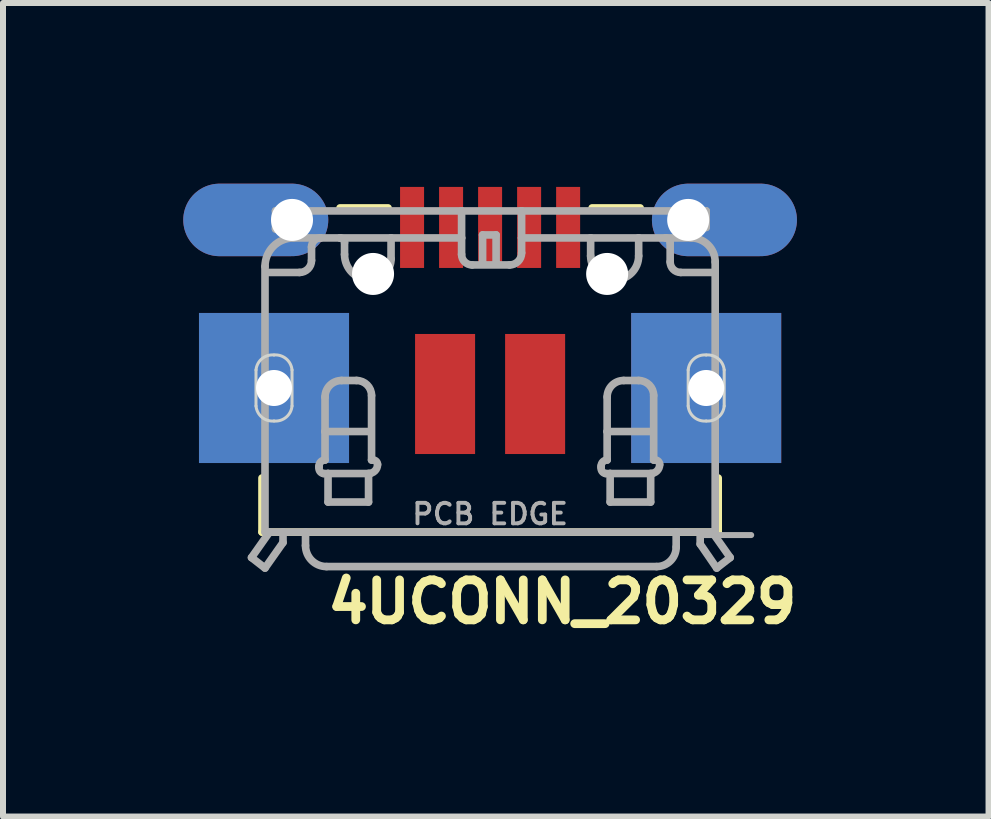
<source format=kicad_pcb>
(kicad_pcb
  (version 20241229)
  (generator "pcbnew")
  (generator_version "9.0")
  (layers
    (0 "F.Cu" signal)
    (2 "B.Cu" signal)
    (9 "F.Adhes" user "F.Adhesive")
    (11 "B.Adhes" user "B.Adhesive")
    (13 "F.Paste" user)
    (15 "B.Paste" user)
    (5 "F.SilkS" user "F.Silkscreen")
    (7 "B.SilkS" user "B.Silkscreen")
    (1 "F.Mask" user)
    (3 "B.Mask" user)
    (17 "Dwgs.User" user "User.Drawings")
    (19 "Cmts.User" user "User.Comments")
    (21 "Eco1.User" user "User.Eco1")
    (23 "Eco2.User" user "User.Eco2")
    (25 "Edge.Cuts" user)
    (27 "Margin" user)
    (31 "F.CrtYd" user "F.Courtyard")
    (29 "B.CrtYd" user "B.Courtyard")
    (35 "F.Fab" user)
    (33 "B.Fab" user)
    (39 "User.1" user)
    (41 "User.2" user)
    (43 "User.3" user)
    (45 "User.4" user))
  (footprint "4UCONN_20329"
    (layer "F.Cu")
    (at 5.115 1.514)
    (property "Reference" "4UCONN_20329" (at -2.778 5.852 0) (layer "F.SilkS") (effects (font (size 0.666 0.666) (thickness 0.146)) (justify left bottom)))
    (fp_poly (pts (xy -1.55 -0.05) (xy -1.05 -0.05) (xy -1.05 -1.5) (xy -1.55 -1.5)) (stroke (width 0) (type default)) (fill yes) (layer "F.Mask"))
    (fp_poly (pts (xy -0.9 -0.05) (xy -0.4 -0.05) (xy -0.4 -1.5) (xy -0.9 -1.5)) (stroke (width 0) (type default)) (fill yes) (layer "F.Mask"))
    (fp_poly (pts (xy -0.25 -0.05) (xy 0.25 -0.05) (xy 0.25 -1.5) (xy -0.25 -1.5)) (stroke (width 0) (type default)) (fill yes) (layer "F.Mask"))
    (fp_poly (pts (xy 0.4 -0.05) (xy 0.9 -0.05) (xy 0.9 -1.5) (xy 0.4 -1.5)) (stroke (width 0) (type default)) (fill yes) (layer "F.Mask"))
    (fp_poly (pts (xy 1.05 -0.05) (xy 1.55 -0.05) (xy 1.55 -1.5) (xy 1.05 -1.5)) (stroke (width 0) (type default)) (fill yes) (layer "F.Mask"))
    (fp_line (start -3.8 3.4) (end -3.8 4.3) (stroke (width 0.127) (type solid)) (layer "F.SilkS"))
    (fp_line (start -3.8 4.3) (end 3.8 4.3) (stroke (width 0.127) (type solid)) (layer "F.SilkS"))
    (fp_line (start -2.5 -1.1) (end -1.7 -1.1) (stroke (width 0.127) (type solid)) (layer "F.SilkS"))
    (fp_line (start 1.7 -1.1) (end 2.5 -1.1) (stroke (width 0.127) (type solid)) (layer "F.SilkS"))
    (fp_line (start 3.8 4.3) (end 3.8 3.4) (stroke (width 0.127) (type solid)) (layer "F.SilkS"))
    (fp_poly (pts (xy -4.85 3.15) (xy -2.35 3.15) (xy -2.35 0.65) (xy -4.85 0.65)) (stroke (width 0) (type default)) (fill yes) (layer "F.Paste"))
    (fp_poly (pts (xy 2.35 3.15) (xy 4.85 3.15) (xy 4.85 0.65) (xy 2.35 0.65)) (stroke (width 0) (type default)) (fill yes) (layer "F.Paste"))
    (fp_poly (pts (xy -3.344 -1.513) (xy -3.186 -1.499) (xy -3.03 -1.442) (xy -2.893 -1.346) (xy -2.786 -1.219) (xy -2.715 -1.067) (xy -2.686 -0.9) (xy -2.715 -0.733) (xy -2.786 -0.581) (xy -2.893 -0.454) (xy -3.03 -0.358) (xy -3.186 -0.301) (xy -3.344 -0.287) (xy -3.35 -0.286) (xy -4.457 -0.286) (xy -4.767 -0.355) (xy -4.907 -0.454) (xy -5.014 -0.581) (xy -5.085 -0.733) (xy -5.115 -0.904) (xy -5.017 -1.215) (xy -4.907 -1.346) (xy -4.77 -1.442) (xy -4.614 -1.499) (xy -4.456 -1.513) (xy -4.45 -1.514) (xy -3.35 -1.514)) (stroke (width 0) (type default)) (fill yes) (layer "F.Paste"))
    (fp_poly (pts (xy 4.456 -1.513) (xy 4.614 -1.499) (xy 4.77 -1.442) (xy 4.907 -1.346) (xy 5.014 -1.219) (xy 5.085 -1.067) (xy 5.114 -0.9) (xy 5.085 -0.733) (xy 5.014 -0.581) (xy 4.907 -0.454) (xy 4.77 -0.358) (xy 4.614 -0.301) (xy 4.456 -0.287) (xy 4.45 -0.286) (xy 3.343 -0.286) (xy 3.033 -0.355) (xy 2.893 -0.454) (xy 2.786 -0.581) (xy 2.715 -0.733) (xy 2.685 -0.904) (xy 2.783 -1.215) (xy 2.893 -1.346) (xy 3.03 -1.442) (xy 3.186 -1.499) (xy 3.344 -1.513) (xy 3.35 -1.514) (xy 4.45 -1.514)) (stroke (width 0) (type default)) (fill yes) (layer "F.Paste"))
    (fp_line (start -3.9 2.2) (end -3.9 1.6) (stroke (width 0.05) (type solid)) (layer "Edge.Cuts"))
    (fp_line (start -3.3 1.6) (end -3.3 2.2) (stroke (width 0.05) (type solid)) (layer "Edge.Cuts"))
    (fp_line (start 3.3 2.2) (end 3.3 1.6) (stroke (width 0.05) (type solid)) (layer "Edge.Cuts"))
    (fp_line (start 3.9 1.6) (end 3.9 2.2) (stroke (width 0.05) (type solid)) (layer "Edge.Cuts"))
    (fp_arc (start -3.9 1.6) (mid -3.801777 1.412868) (end -3.6 1.35) (stroke (width 0.05) (type solid)) (layer "Edge.Cuts"))
    (fp_arc (start -3.6 1.35) (mid -3.398223 1.412868) (end -3.3 1.6) (stroke (width 0.05) (type solid)) (layer "Edge.Cuts"))
    (fp_arc (start -3.6 2.45) (mid -3.801777 2.387132) (end -3.9 2.2) (stroke (width 0.05) (type solid)) (layer "Edge.Cuts"))
    (fp_arc (start -3.3 2.2) (mid -3.398223 2.387132) (end -3.6 2.45) (stroke (width 0.05) (type solid)) (layer "Edge.Cuts"))
    (fp_arc (start 3.3 1.6) (mid 3.398223 1.412868) (end 3.6 1.35) (stroke (width 0.05) (type solid)) (layer "Edge.Cuts"))
    (fp_arc (start 3.6 1.35) (mid 3.801777 1.412868) (end 3.9 1.6) (stroke (width 0.05) (type solid)) (layer "Edge.Cuts"))
    (fp_arc (start 3.6 2.45) (mid 3.398223 2.387132) (end 3.3 2.2) (stroke (width 0.05) (type solid)) (layer "Edge.Cuts"))
    (fp_arc (start 3.9 2.2) (mid 3.801777 2.387132) (end 3.6 2.45) (stroke (width 0.05) (type solid)) (layer "Edge.Cuts"))
    (fp_line (start -3.975 4.725) (end -3.75 4.9) (stroke (width 0.127) (type solid)) (layer "F.Fab"))
    (fp_line (start -3.975 4.725) (end -3.675 4.3) (stroke (width 0.127) (type solid)) (layer "F.Fab"))
    (fp_line (start -3.75 -0.125) (end -3.75 4.3) (stroke (width 0.127) (type solid)) (layer "F.Fab"))
    (fp_line (start -3.75 4.3) (end -3.675 4.3) (stroke (width 0.127) (type solid)) (layer "F.Fab"))
    (fp_line (start -3.75 4.9) (end -3.45 4.475) (stroke (width 0.127) (type solid)) (layer "F.Fab"))
    (fp_line (start -3.725 -0.025) (end -3.175 -0.025) (stroke (width 0.127) (type solid)) (layer "F.Fab"))
    (fp_line (start -3.675 4.3) (end -3.45 4.3) (stroke (width 0.127) (type solid)) (layer "F.Fab"))
    (fp_line (start -3.575 -1.05) (end -0.475 -1.05) (stroke (width 0.127) (type solid)) (layer "F.Fab"))
    (fp_line (start -3.575 -0.75) (end -3.575 -1.05) (stroke (width 0.127) (type solid)) (layer "F.Fab"))
    (fp_line (start -3.45 4.3) (end -3.075 4.3) (stroke (width 0.127) (type solid)) (layer "F.Fab"))
    (fp_line (start -3.45 4.475) (end -3.45 4.3) (stroke (width 0.127) (type solid)) (layer "F.Fab"))
    (fp_line (start -3.425 -0.75) (end -3.575 -0.75) (stroke (width 0.127) (type solid)) (layer "F.Fab"))
    (fp_line (start -3.425 -0.625) (end -3.425 -0.75) (stroke (width 0.127) (type solid)) (layer "F.Fab"))
    (fp_line (start -3.075 4.3) (end -3.075 4.525) (stroke (width 0.127) (type solid)) (layer "F.Fab"))
    (fp_line (start -3.075 4.3) (end 3.1 4.3) (stroke (width 0.127) (type solid)) (layer "F.Fab"))
    (fp_line (start -2.975 -0.225) (end -2.975 -0.45) (stroke (width 0.127) (type solid)) (layer "F.Fab"))
    (fp_line (start -2.85 3.225) (end -2.85 3.2) (stroke (width 0.127) (type solid)) (layer "F.Fab"))
    (fp_line (start -2.825 -0.6) (end -3.275 -0.6) (stroke (width 0.127) (type solid)) (layer "F.Fab"))
    (fp_line (start -2.825 -0.6) (end -2.5 -0.6) (stroke (width 0.127) (type solid)) (layer "F.Fab"))
    (fp_line (start -2.75 2.625) (end -2.75 2.05) (stroke (width 0.127) (type solid)) (layer "F.Fab"))
    (fp_line (start -2.75 2.625) (end -2 2.625) (stroke (width 0.127) (type solid)) (layer "F.Fab"))
    (fp_line (start -2.75 3.1) (end -2.75 2.625) (stroke (width 0.127) (type solid)) (layer "F.Fab"))
    (fp_line (start -2.725 4.875) (end 2.775 4.875) (stroke (width 0.127) (type solid)) (layer "F.Fab"))
    (fp_line (start -2.7 3.325) (end -2.775 3.325) (stroke (width 0.127) (type solid)) (layer "F.Fab"))
    (fp_line (start -2.7 3.325) (end -2 3.325) (stroke (width 0.127) (type solid)) (layer "F.Fab"))
    (fp_line (start -2.7 3.8) (end -2.7 3.325) (stroke (width 0.127) (type solid)) (layer "F.Fab"))
    (fp_line (start -2.475 1.775) (end -2.225 1.775) (stroke (width 0.127) (type solid)) (layer "F.Fab"))
    (fp_line (start -2.425 -0.525) (end -2.425 -0.325) (stroke (width 0.127) (type solid)) (layer "F.Fab"))
    (fp_line (start -2.025 3.325) (end -2.025 3.8) (stroke (width 0.127) (type solid)) (layer "F.Fab"))
    (fp_line (start -2.025 3.8) (end -2.7 3.8) (stroke (width 0.127) (type solid)) (layer "F.Fab"))
    (fp_line (start -1.975 2.025) (end -1.975 3.1) (stroke (width 0.127) (type solid)) (layer "F.Fab"))
    (fp_line (start -1.975 3.1) (end -1.95 3.1) (stroke (width 0.127) (type solid)) (layer "F.Fab"))
    (fp_line (start -1.65 -0.6) (end -2.5 -0.6) (stroke (width 0.127) (type solid)) (layer "F.Fab"))
    (fp_line (start -1.65 -0.25) (end -1.65 -0.6) (stroke (width 0.127) (type solid)) (layer "F.Fab"))
    (fp_line (start -0.475 -1.05) (end 0.525 -1.05) (stroke (width 0.127) (type solid)) (layer "F.Fab"))
    (fp_line (start -0.475 -0.6) (end -1.65 -0.6) (stroke (width 0.127) (type solid)) (layer "F.Fab"))
    (fp_line (start -0.475 -0.6) (end -0.475 -1.05) (stroke (width 0.127) (type solid)) (layer "F.Fab"))
    (fp_line (start -0.475 -0.325) (end -0.475 -0.6) (stroke (width 0.127) (type solid)) (layer "F.Fab"))
    (fp_line (start -0.125 -0.65) (end 0.1 -0.65) (stroke (width 0.127) (type solid)) (layer "F.Fab"))
    (fp_line (start -0.125 -0.175) (end -0.125 -0.65) (stroke (width 0.127) (type solid)) (layer "F.Fab"))
    (fp_line (start 0.1 -0.65) (end 0.1 -0.175) (stroke (width 0.127) (type solid)) (layer "F.Fab"))
    (fp_line (start 0.325 -0.15) (end -0.3 -0.15) (stroke (width 0.127) (type solid)) (layer "F.Fab"))
    (fp_line (start 0.525 -1.05) (end 0.525 -0.6) (stroke (width 0.127) (type solid)) (layer "F.Fab"))
    (fp_line (start 0.525 -1.05) (end 3.6 -1.05) (stroke (width 0.127) (type solid)) (layer "F.Fab"))
    (fp_line (start 0.525 -0.6) (end 0.525 -0.35) (stroke (width 0.127) (type solid)) (layer "F.Fab"))
    (fp_line (start 1.675 -0.6) (end 0.525 -0.6) (stroke (width 0.127) (type solid)) (layer "F.Fab"))
    (fp_line (start 1.675 -0.6) (end 1.675 -0.3) (stroke (width 0.127) (type solid)) (layer "F.Fab"))
    (fp_line (start 1.85 3.225) (end 1.85 3.2) (stroke (width 0.127) (type solid)) (layer "F.Fab"))
    (fp_line (start 1.95 2.625) (end 1.95 2.05) (stroke (width 0.127) (type solid)) (layer "F.Fab"))
    (fp_line (start 1.95 2.625) (end 2.7 2.625) (stroke (width 0.127) (type solid)) (layer "F.Fab"))
    (fp_line (start 1.95 3.1) (end 1.95 2.625) (stroke (width 0.127) (type solid)) (layer "F.Fab"))
    (fp_line (start 2 3.325) (end 1.925 3.325) (stroke (width 0.127) (type solid)) (layer "F.Fab"))
    (fp_line (start 2 3.325) (end 2.7 3.325) (stroke (width 0.127) (type solid)) (layer "F.Fab"))
    (fp_line (start 2 3.8) (end 2 3.325) (stroke (width 0.127) (type solid)) (layer "F.Fab"))
    (fp_line (start 2.225 1.775) (end 2.475 1.775) (stroke (width 0.127) (type solid)) (layer "F.Fab"))
    (fp_line (start 2.475 -0.6) (end 1.675 -0.6) (stroke (width 0.127) (type solid)) (layer "F.Fab"))
    (fp_line (start 2.475 -0.6) (end 2.925 -0.6) (stroke (width 0.127) (type solid)) (layer "F.Fab"))
    (fp_line (start 2.475 -0.3) (end 2.475 -0.6) (stroke (width 0.127) (type solid)) (layer "F.Fab"))
    (fp_line (start 2.675 3.325) (end 2.675 3.8) (stroke (width 0.127) (type solid)) (layer "F.Fab"))
    (fp_line (start 2.675 3.8) (end 2 3.8) (stroke (width 0.127) (type solid)) (layer "F.Fab"))
    (fp_line (start 2.725 2.025) (end 2.725 3.1) (stroke (width 0.127) (type solid)) (layer "F.Fab"))
    (fp_line (start 2.725 3.1) (end 2.75 3.1) (stroke (width 0.127) (type solid)) (layer "F.Fab"))
    (fp_line (start 3 -0.525) (end 3 -0.2) (stroke (width 0.127) (type solid)) (layer "F.Fab"))
    (fp_line (start 3.1 4.3) (end 3.7 4.3) (stroke (width 0.127) (type solid)) (layer "F.Fab"))
    (fp_line (start 3.1 4.55) (end 3.1 4.3) (stroke (width 0.127) (type solid)) (layer "F.Fab"))
    (fp_line (start 3.175 -0.025) (end 3.725 -0.025) (stroke (width 0.127) (type solid)) (layer "F.Fab"))
    (fp_line (start 3.35 -0.775) (end 3.35 -0.6) (stroke (width 0.127) (type solid)) (layer "F.Fab"))
    (fp_line (start 3.35 -0.6) (end 2.925 -0.6) (stroke (width 0.127) (type solid)) (layer "F.Fab"))
    (fp_line (start 3.5 4.35) (end 4.35 4.35) (stroke (width 0.1) (type solid)) (layer "F.Fab"))
    (fp_line (start 3.5 4.5) (end 3.5 4.35) (stroke (width 0.127) (type solid)) (layer "F.Fab"))
    (fp_line (start 3.6 -1.05) (end 3.6 -0.775) (stroke (width 0.127) (type solid)) (layer "F.Fab"))
    (fp_line (start 3.6 -0.775) (end 3.35 -0.775) (stroke (width 0.127) (type solid)) (layer "F.Fab"))
    (fp_line (start 3.7 4.3) (end 3.75 4.3) (stroke (width 0.127) (type solid)) (layer "F.Fab"))
    (fp_line (start 3.7 4.3) (end 4 4.725) (stroke (width 0.127) (type solid)) (layer "F.Fab"))
    (fp_line (start 3.75 4.3) (end 3.75 -0.2) (stroke (width 0.127) (type solid)) (layer "F.Fab"))
    (fp_line (start 3.775 4.9) (end 3.5 4.5) (stroke (width 0.127) (type solid)) (layer "F.Fab"))
    (fp_line (start 4 4.725) (end 3.775 4.9) (stroke (width 0.127) (type solid)) (layer "F.Fab"))
    (fp_arc (start -3.750001 -0.124999) (mid -3.610876 -0.460875) (end -3.275 -0.6) (stroke (width 0.127) (type solid)) (layer "F.Fab"))
    (fp_arc (start -2.975 -0.45) (mid -2.931066 -0.556066) (end -2.825 -0.6) (stroke (width 0.127) (type solid)) (layer "F.Fab"))
    (fp_arc (start -2.975 -0.225) (mid -3.033579 -0.083579) (end -3.175 -0.025) (stroke (width 0.127) (type solid)) (layer "F.Fab"))
    (fp_arc (start -2.85 3.2) (mid -2.820711 3.129289) (end -2.75 3.1) (stroke (width 0.127) (type solid)) (layer "F.Fab"))
    (fp_arc (start -2.775 3.325) (mid -2.833211 3.290533) (end -2.85 3.225) (stroke (width 0.127) (type solid)) (layer "F.Fab"))
    (fp_arc (start -2.75 2.05) (mid -2.669454 1.855546) (end -2.475 1.775) (stroke (width 0.127) (type solid)) (layer "F.Fab"))
    (fp_arc (start -2.725 4.875) (mid -2.972487 4.772487) (end -3.075 4.525) (stroke (width 0.127) (type solid)) (layer "F.Fab"))
    (fp_arc (start -2.5 -0.6) (mid -2.446967 -0.578033) (end -2.425 -0.525) (stroke (width 0.127) (type solid)) (layer "F.Fab"))
    (fp_arc (start -2.225 1.775) (mid -2.048223 1.848223) (end -1.975 2.025) (stroke (width 0.127) (type solid)) (layer "F.Fab"))
    (fp_arc (start -2 0.1) (mid -2.30052 -0.02448) (end -2.425 -0.325) (stroke (width 0.127) (type solid)) (layer "F.Fab"))
    (fp_arc (start -1.95 3.1) (mid -1.896967 3.121967) (end -1.875 3.175) (stroke (width 0.127) (type solid)) (layer "F.Fab"))
    (fp_arc (start -1.875 3.175) (mid -1.918934 3.281066) (end -2.025 3.325) (stroke (width 0.127) (type solid)) (layer "F.Fab"))
    (fp_arc (start -1.65 -0.25) (mid -1.752513 -0.002513) (end -2 0.1) (stroke (width 0.127) (type solid)) (layer "F.Fab"))
    (fp_arc (start -0.3 -0.15) (mid -0.423744 -0.201256) (end -0.475 -0.325) (stroke (width 0.127) (type solid)) (layer "F.Fab"))
    (fp_arc (start 0.525 -0.35) (mid 0.466421 -0.208579) (end 0.325 -0.15) (stroke (width 0.127) (type solid)) (layer "F.Fab"))
    (fp_arc (start 1.85 3.2) (mid 1.879289 3.129289) (end 1.95 3.1) (stroke (width 0.127) (type solid)) (layer "F.Fab"))
    (fp_arc (start 1.925 3.325) (mid 1.866789 3.290533) (end 1.85 3.225) (stroke (width 0.127) (type solid)) (layer "F.Fab"))
    (fp_arc (start 1.95 2.05) (mid 2.030546 1.855546) (end 2.225 1.775) (stroke (width 0.127) (type solid)) (layer "F.Fab"))
    (fp_arc (start 2.075 0.1) (mid 1.792157 -0.017157) (end 1.675 -0.3) (stroke (width 0.127) (type solid)) (layer "F.Fab"))
    (fp_arc (start 2.475 -0.3) (mid 2.357843 -0.017157) (end 2.075 0.1) (stroke (width 0.127) (type solid)) (layer "F.Fab"))
    (fp_arc (start 2.475 1.775) (mid 2.651777 1.848223) (end 2.725 2.025) (stroke (width 0.127) (type solid)) (layer "F.Fab"))
    (fp_arc (start 2.75 3.1) (mid 2.803033 3.121967) (end 2.825 3.175) (stroke (width 0.127) (type solid)) (layer "F.Fab"))
    (fp_arc (start 2.825 3.175) (mid 2.781066 3.281066) (end 2.675 3.325) (stroke (width 0.127) (type solid)) (layer "F.Fab"))
    (fp_arc (start 2.925 -0.6) (mid 2.978033 -0.578033) (end 3 -0.525) (stroke (width 0.127) (type solid)) (layer "F.Fab"))
    (fp_arc (start 3.1 4.55) (mid 3.00481 4.77981) (end 2.775 4.875) (stroke (width 0.127) (type solid)) (layer "F.Fab"))
    (fp_arc (start 3.175 -0.025) (mid 3.051256 -0.076256) (end 3 -0.2) (stroke (width 0.127) (type solid)) (layer "F.Fab"))
    (fp_arc (start 3.349999 -0.599999) (mid 3.632842 -0.482842) (end 3.75 -0.2) (stroke (width 0.127) (type solid)) (layer "F.Fab"))
    (fp_text user "PCB EDGE" (at 0 4 0) (layer "F.Fab") (effects (font (size 0.341 0.341) (thickness 0.065))))
    (pad "" np_thru_hole circle (at -1.95 0) (size 0.7 0.7) (drill 0.7) (layers "*.Cu" "*.Mask"))
    (pad "" np_thru_hole circle (at 1.95 0) (size 0.7 0.7) (drill 0.7) (layers "*.Cu" "*.Mask"))
    (pad "BASE@1" smd rect (at -0.75 2 90) (size 2 1) (layers "F.Cu" "F.Mask" "F.Paste"))
    (pad "BASE@2" smd rect (at 0.75 2 90) (size 2 1) (layers "F.Cu" "F.Mask" "F.Paste"))
    (pad "D+" smd rect (at 0 -0.775) (size 0.4 1.35) (layers "F.Cu" "F.Paste"))
    (pad "D-" smd rect (at -0.65 -0.775) (size 0.4 1.35) (layers "F.Cu" "F.Paste"))
    (pad "GND" smd rect (at 1.3 -0.775) (size 0.4 1.35) (layers "F.Cu" "F.Paste"))
    (pad "ID" smd rect (at 0.65 -0.775) (size 0.4 1.35) (layers "F.Cu" "F.Paste"))
    (pad "SPRT@1" thru_hole oval (at -3.3 -0.9 180) (size 2.416 1.208) (drill 0.7 (offset 0.604 0)) (layers "*.Cu" "*.Mask"))
    (pad "SPRT@2" thru_hole oval (at 3.3 -0.9) (size 2.416 1.208) (drill 0.7 (offset 0.604 0)) (layers "*.Cu" "*.Mask"))
    (pad "SPRT@3" thru_hole rect (at -3.6 1.9 90) (size 2.5 2.5) (drill 0.6) (layers "*.Cu" "*.Mask"))
    (pad "SPRT@4" thru_hole rect (at 3.6 1.9 90) (size 2.5 2.5) (drill 0.6) (layers "*.Cu" "*.Mask"))
    (pad "VBUS" smd rect (at -1.3 -0.775) (size 0.4 1.35) (layers "F.Cu" "F.Paste")))
  (gr_rect
    (start -3 -3)
    (end 13.419 10.553)
    (stroke (width 0.1) (type default))
    (fill no)
    (layer "Edge.Cuts")))
</source>
